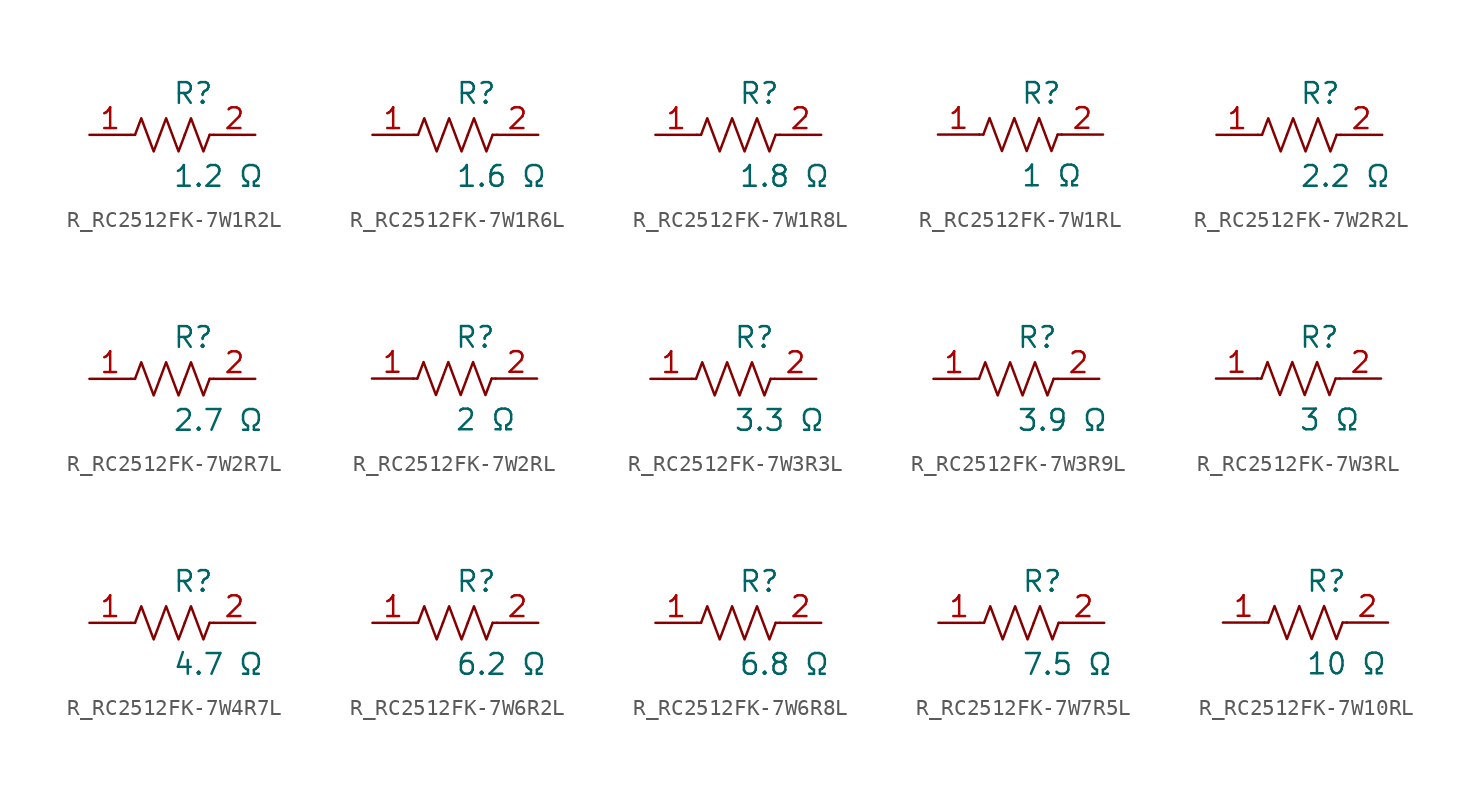
<source format=kicad_sym>
(kicad_symbol_lib
  (version 20231120)
  (generator kicad_symbol_editor)
  (generator_version 8.0)
  (symbol "R_RC2512FK-7W1R2L"
    (pin_names
      (offset 0.254))
    (property "Reference" "R"
      (at 0 2.54 0)
      (effects (font (size 1.27 1.27)) (justify left)))
    (property "Value" "1.2 Ω"
      (at 0 -2.54 0)
      (effects (font (size 1.27 1.27)) (justify left)))
    (symbol "R_RC2512FK-7W1R2L_0_1"
      (polyline (pts (xy 2.286 0) (xy 2.54 0)) (stroke (width 0) (type default)) (fill (type none)))
      (polyline (pts (xy -2.286 0) (xy -2.54 0)) (stroke (width 0) (type default)) (fill (type none)))
      (polyline (pts (xy 0.762 0) (xy 1.143 1.016) (xy 1.524 0) (xy 1.905 -1.016) (xy 2.286 0)) (stroke (width 0) (type default)) (fill (type none)))
      (polyline (pts (xy -0.762 0) (xy -0.381 1.016) (xy 0 0) (xy 0.381 -1.016) (xy 0.762 0)) (stroke (width 0) (type default)) (fill (type none)))
      (polyline (pts (xy -2.286 0) (xy -1.905 1.016) (xy -1.524 0) (xy -1.143 -1.016) (xy -0.762 0)) (stroke (width 0) (type default)) (fill (type none))))
    (pin passive line
      (at -5.08 0 0)
      (length 2.54)
      (name "" (effects (font (size 1.27 1.27))))
      (number "1" (effects (font (size 1.27 1.27)))))
    (pin passive line
      (at 5.08 0 180)
      (length 2.54)
      (name "" (effects (font (size 1.27 1.27))))
      (number "2" (effects (font (size 1.27 1.27))))))
  (symbol "R_RC2512FK-7W1R6L"
    (pin_names
      (offset 0.254))
    (property "Reference" "R"
      (at 0 2.54 0)
      (effects (font (size 1.27 1.27)) (justify left)))
    (property "Value" "1.6 Ω"
      (at 0 -2.54 0)
      (effects (font (size 1.27 1.27)) (justify left)))
    (symbol "R_RC2512FK-7W1R6L_0_1"
      (polyline (pts (xy 2.286 0) (xy 2.54 0)) (stroke (width 0) (type default)) (fill (type none)))
      (polyline (pts (xy -2.286 0) (xy -2.54 0)) (stroke (width 0) (type default)) (fill (type none)))
      (polyline (pts (xy 0.762 0) (xy 1.143 1.016) (xy 1.524 0) (xy 1.905 -1.016) (xy 2.286 0)) (stroke (width 0) (type default)) (fill (type none)))
      (polyline (pts (xy -0.762 0) (xy -0.381 1.016) (xy 0 0) (xy 0.381 -1.016) (xy 0.762 0)) (stroke (width 0) (type default)) (fill (type none)))
      (polyline (pts (xy -2.286 0) (xy -1.905 1.016) (xy -1.524 0) (xy -1.143 -1.016) (xy -0.762 0)) (stroke (width 0) (type default)) (fill (type none))))
    (pin passive line
      (at -5.08 0 0)
      (length 2.54)
      (name "" (effects (font (size 1.27 1.27))))
      (number "1" (effects (font (size 1.27 1.27)))))
    (pin passive line
      (at 5.08 0 180)
      (length 2.54)
      (name "" (effects (font (size 1.27 1.27))))
      (number "2" (effects (font (size 1.27 1.27))))))
  (symbol "R_RC2512FK-7W1R8L"
    (pin_names
      (offset 0.254))
    (property "Reference" "R"
      (at 0 2.54 0)
      (effects (font (size 1.27 1.27)) (justify left)))
    (property "Value" "1.8 Ω"
      (at 0 -2.54 0)
      (effects (font (size 1.27 1.27)) (justify left)))
    (symbol "R_RC2512FK-7W1R8L_0_1"
      (polyline (pts (xy 2.286 0) (xy 2.54 0)) (stroke (width 0) (type default)) (fill (type none)))
      (polyline (pts (xy -2.286 0) (xy -2.54 0)) (stroke (width 0) (type default)) (fill (type none)))
      (polyline (pts (xy 0.762 0) (xy 1.143 1.016) (xy 1.524 0) (xy 1.905 -1.016) (xy 2.286 0)) (stroke (width 0) (type default)) (fill (type none)))
      (polyline (pts (xy -0.762 0) (xy -0.381 1.016) (xy 0 0) (xy 0.381 -1.016) (xy 0.762 0)) (stroke (width 0) (type default)) (fill (type none)))
      (polyline (pts (xy -2.286 0) (xy -1.905 1.016) (xy -1.524 0) (xy -1.143 -1.016) (xy -0.762 0)) (stroke (width 0) (type default)) (fill (type none))))
    (pin passive line
      (at -5.08 0 0)
      (length 2.54)
      (name "" (effects (font (size 1.27 1.27))))
      (number "1" (effects (font (size 1.27 1.27)))))
    (pin passive line
      (at 5.08 0 180)
      (length 2.54)
      (name "" (effects (font (size 1.27 1.27))))
      (number "2" (effects (font (size 1.27 1.27))))))
  (symbol "R_RC2512FK-7W1RL"
    (pin_names
      (offset 0.254))
    (property "Reference" "R"
      (at 0 2.54 0)
      (effects (font (size 1.27 1.27)) (justify left)))
    (property "Value" "1 Ω"
      (at 0 -2.54 0)
      (effects (font (size 1.27 1.27)) (justify left)))
    (symbol "R_RC2512FK-7W1RL_0_1"
      (polyline (pts (xy 2.286 0) (xy 2.54 0)) (stroke (width 0) (type default)) (fill (type none)))
      (polyline (pts (xy -2.286 0) (xy -2.54 0)) (stroke (width 0) (type default)) (fill (type none)))
      (polyline (pts (xy 0.762 0) (xy 1.143 1.016) (xy 1.524 0) (xy 1.905 -1.016) (xy 2.286 0)) (stroke (width 0) (type default)) (fill (type none)))
      (polyline (pts (xy -0.762 0) (xy -0.381 1.016) (xy 0 0) (xy 0.381 -1.016) (xy 0.762 0)) (stroke (width 0) (type default)) (fill (type none)))
      (polyline (pts (xy -2.286 0) (xy -1.905 1.016) (xy -1.524 0) (xy -1.143 -1.016) (xy -0.762 0)) (stroke (width 0) (type default)) (fill (type none))))
    (pin passive line
      (at -5.08 0 0)
      (length 2.54)
      (name "" (effects (font (size 1.27 1.27))))
      (number "1" (effects (font (size 1.27 1.27)))))
    (pin passive line
      (at 5.08 0 180)
      (length 2.54)
      (name "" (effects (font (size 1.27 1.27))))
      (number "2" (effects (font (size 1.27 1.27))))))
  (symbol "R_RC2512FK-7W2R2L"
    (pin_names
      (offset 0.254))
    (property "Reference" "R"
      (at 0 2.54 0)
      (effects (font (size 1.27 1.27)) (justify left)))
    (property "Value" "2.2 Ω"
      (at 0 -2.54 0)
      (effects (font (size 1.27 1.27)) (justify left)))
    (symbol "R_RC2512FK-7W2R2L_0_1"
      (polyline (pts (xy 2.286 0) (xy 2.54 0)) (stroke (width 0) (type default)) (fill (type none)))
      (polyline (pts (xy -2.286 0) (xy -2.54 0)) (stroke (width 0) (type default)) (fill (type none)))
      (polyline (pts (xy 0.762 0) (xy 1.143 1.016) (xy 1.524 0) (xy 1.905 -1.016) (xy 2.286 0)) (stroke (width 0) (type default)) (fill (type none)))
      (polyline (pts (xy -0.762 0) (xy -0.381 1.016) (xy 0 0) (xy 0.381 -1.016) (xy 0.762 0)) (stroke (width 0) (type default)) (fill (type none)))
      (polyline (pts (xy -2.286 0) (xy -1.905 1.016) (xy -1.524 0) (xy -1.143 -1.016) (xy -0.762 0)) (stroke (width 0) (type default)) (fill (type none))))
    (pin passive line
      (at -5.08 0 0)
      (length 2.54)
      (name "" (effects (font (size 1.27 1.27))))
      (number "1" (effects (font (size 1.27 1.27)))))
    (pin passive line
      (at 5.08 0 180)
      (length 2.54)
      (name "" (effects (font (size 1.27 1.27))))
      (number "2" (effects (font (size 1.27 1.27))))))
  (symbol "R_RC2512FK-7W2R7L"
    (pin_names
      (offset 0.254))
    (property "Reference" "R"
      (at 0 2.54 0)
      (effects (font (size 1.27 1.27)) (justify left)))
    (property "Value" "2.7 Ω"
      (at 0 -2.54 0)
      (effects (font (size 1.27 1.27)) (justify left)))
    (symbol "R_RC2512FK-7W2R7L_0_1"
      (polyline (pts (xy 2.286 0) (xy 2.54 0)) (stroke (width 0) (type default)) (fill (type none)))
      (polyline (pts (xy -2.286 0) (xy -2.54 0)) (stroke (width 0) (type default)) (fill (type none)))
      (polyline (pts (xy 0.762 0) (xy 1.143 1.016) (xy 1.524 0) (xy 1.905 -1.016) (xy 2.286 0)) (stroke (width 0) (type default)) (fill (type none)))
      (polyline (pts (xy -0.762 0) (xy -0.381 1.016) (xy 0 0) (xy 0.381 -1.016) (xy 0.762 0)) (stroke (width 0) (type default)) (fill (type none)))
      (polyline (pts (xy -2.286 0) (xy -1.905 1.016) (xy -1.524 0) (xy -1.143 -1.016) (xy -0.762 0)) (stroke (width 0) (type default)) (fill (type none))))
    (pin passive line
      (at -5.08 0 0)
      (length 2.54)
      (name "" (effects (font (size 1.27 1.27))))
      (number "1" (effects (font (size 1.27 1.27)))))
    (pin passive line
      (at 5.08 0 180)
      (length 2.54)
      (name "" (effects (font (size 1.27 1.27))))
      (number "2" (effects (font (size 1.27 1.27))))))
  (symbol "R_RC2512FK-7W2RL"
    (pin_names
      (offset 0.254))
    (property "Reference" "R"
      (at 0 2.54 0)
      (effects (font (size 1.27 1.27)) (justify left)))
    (property "Value" "2 Ω"
      (at 0 -2.54 0)
      (effects (font (size 1.27 1.27)) (justify left)))
    (symbol "R_RC2512FK-7W2RL_0_1"
      (polyline (pts (xy 2.286 0) (xy 2.54 0)) (stroke (width 0) (type default)) (fill (type none)))
      (polyline (pts (xy -2.286 0) (xy -2.54 0)) (stroke (width 0) (type default)) (fill (type none)))
      (polyline (pts (xy 0.762 0) (xy 1.143 1.016) (xy 1.524 0) (xy 1.905 -1.016) (xy 2.286 0)) (stroke (width 0) (type default)) (fill (type none)))
      (polyline (pts (xy -0.762 0) (xy -0.381 1.016) (xy 0 0) (xy 0.381 -1.016) (xy 0.762 0)) (stroke (width 0) (type default)) (fill (type none)))
      (polyline (pts (xy -2.286 0) (xy -1.905 1.016) (xy -1.524 0) (xy -1.143 -1.016) (xy -0.762 0)) (stroke (width 0) (type default)) (fill (type none))))
    (pin passive line
      (at -5.08 0 0)
      (length 2.54)
      (name "" (effects (font (size 1.27 1.27))))
      (number "1" (effects (font (size 1.27 1.27)))))
    (pin passive line
      (at 5.08 0 180)
      (length 2.54)
      (name "" (effects (font (size 1.27 1.27))))
      (number "2" (effects (font (size 1.27 1.27))))))
  (symbol "R_RC2512FK-7W3R3L"
    (pin_names
      (offset 0.254))
    (property "Reference" "R"
      (at 0 2.54 0)
      (effects (font (size 1.27 1.27)) (justify left)))
    (property "Value" "3.3 Ω"
      (at 0 -2.54 0)
      (effects (font (size 1.27 1.27)) (justify left)))
    (symbol "R_RC2512FK-7W3R3L_0_1"
      (polyline (pts (xy 2.286 0) (xy 2.54 0)) (stroke (width 0) (type default)) (fill (type none)))
      (polyline (pts (xy -2.286 0) (xy -2.54 0)) (stroke (width 0) (type default)) (fill (type none)))
      (polyline (pts (xy 0.762 0) (xy 1.143 1.016) (xy 1.524 0) (xy 1.905 -1.016) (xy 2.286 0)) (stroke (width 0) (type default)) (fill (type none)))
      (polyline (pts (xy -0.762 0) (xy -0.381 1.016) (xy 0 0) (xy 0.381 -1.016) (xy 0.762 0)) (stroke (width 0) (type default)) (fill (type none)))
      (polyline (pts (xy -2.286 0) (xy -1.905 1.016) (xy -1.524 0) (xy -1.143 -1.016) (xy -0.762 0)) (stroke (width 0) (type default)) (fill (type none))))
    (pin passive line
      (at -5.08 0 0)
      (length 2.54)
      (name "" (effects (font (size 1.27 1.27))))
      (number "1" (effects (font (size 1.27 1.27)))))
    (pin passive line
      (at 5.08 0 180)
      (length 2.54)
      (name "" (effects (font (size 1.27 1.27))))
      (number "2" (effects (font (size 1.27 1.27))))))
  (symbol "R_RC2512FK-7W3R9L"
    (pin_names
      (offset 0.254))
    (property "Reference" "R"
      (at 0 2.54 0)
      (effects (font (size 1.27 1.27)) (justify left)))
    (property "Value" "3.9 Ω"
      (at 0 -2.54 0)
      (effects (font (size 1.27 1.27)) (justify left)))
    (symbol "R_RC2512FK-7W3R9L_0_1"
      (polyline (pts (xy 2.286 0) (xy 2.54 0)) (stroke (width 0) (type default)) (fill (type none)))
      (polyline (pts (xy -2.286 0) (xy -2.54 0)) (stroke (width 0) (type default)) (fill (type none)))
      (polyline (pts (xy 0.762 0) (xy 1.143 1.016) (xy 1.524 0) (xy 1.905 -1.016) (xy 2.286 0)) (stroke (width 0) (type default)) (fill (type none)))
      (polyline (pts (xy -0.762 0) (xy -0.381 1.016) (xy 0 0) (xy 0.381 -1.016) (xy 0.762 0)) (stroke (width 0) (type default)) (fill (type none)))
      (polyline (pts (xy -2.286 0) (xy -1.905 1.016) (xy -1.524 0) (xy -1.143 -1.016) (xy -0.762 0)) (stroke (width 0) (type default)) (fill (type none))))
    (pin passive line
      (at -5.08 0 0)
      (length 2.54)
      (name "" (effects (font (size 1.27 1.27))))
      (number "1" (effects (font (size 1.27 1.27)))))
    (pin passive line
      (at 5.08 0 180)
      (length 2.54)
      (name "" (effects (font (size 1.27 1.27))))
      (number "2" (effects (font (size 1.27 1.27))))))
  (symbol "R_RC2512FK-7W3RL"
    (pin_names
      (offset 0.254))
    (property "Reference" "R"
      (at 0 2.54 0)
      (effects (font (size 1.27 1.27)) (justify left)))
    (property "Value" "3 Ω"
      (at 0 -2.54 0)
      (effects (font (size 1.27 1.27)) (justify left)))
    (symbol "R_RC2512FK-7W3RL_0_1"
      (polyline (pts (xy 2.286 0) (xy 2.54 0)) (stroke (width 0) (type default)) (fill (type none)))
      (polyline (pts (xy -2.286 0) (xy -2.54 0)) (stroke (width 0) (type default)) (fill (type none)))
      (polyline (pts (xy 0.762 0) (xy 1.143 1.016) (xy 1.524 0) (xy 1.905 -1.016) (xy 2.286 0)) (stroke (width 0) (type default)) (fill (type none)))
      (polyline (pts (xy -0.762 0) (xy -0.381 1.016) (xy 0 0) (xy 0.381 -1.016) (xy 0.762 0)) (stroke (width 0) (type default)) (fill (type none)))
      (polyline (pts (xy -2.286 0) (xy -1.905 1.016) (xy -1.524 0) (xy -1.143 -1.016) (xy -0.762 0)) (stroke (width 0) (type default)) (fill (type none))))
    (pin passive line
      (at -5.08 0 0)
      (length 2.54)
      (name "" (effects (font (size 1.27 1.27))))
      (number "1" (effects (font (size 1.27 1.27)))))
    (pin passive line
      (at 5.08 0 180)
      (length 2.54)
      (name "" (effects (font (size 1.27 1.27))))
      (number "2" (effects (font (size 1.27 1.27))))))
  (symbol "R_RC2512FK-7W4R7L"
    (pin_names
      (offset 0.254))
    (property "Reference" "R"
      (at 0 2.54 0)
      (effects (font (size 1.27 1.27)) (justify left)))
    (property "Value" "4.7 Ω"
      (at 0 -2.54 0)
      (effects (font (size 1.27 1.27)) (justify left)))
    (symbol "R_RC2512FK-7W4R7L_0_1"
      (polyline (pts (xy 2.286 0) (xy 2.54 0)) (stroke (width 0) (type default)) (fill (type none)))
      (polyline (pts (xy -2.286 0) (xy -2.54 0)) (stroke (width 0) (type default)) (fill (type none)))
      (polyline (pts (xy 0.762 0) (xy 1.143 1.016) (xy 1.524 0) (xy 1.905 -1.016) (xy 2.286 0)) (stroke (width 0) (type default)) (fill (type none)))
      (polyline (pts (xy -0.762 0) (xy -0.381 1.016) (xy 0 0) (xy 0.381 -1.016) (xy 0.762 0)) (stroke (width 0) (type default)) (fill (type none)))
      (polyline (pts (xy -2.286 0) (xy -1.905 1.016) (xy -1.524 0) (xy -1.143 -1.016) (xy -0.762 0)) (stroke (width 0) (type default)) (fill (type none))))
    (pin passive line
      (at -5.08 0 0)
      (length 2.54)
      (name "" (effects (font (size 1.27 1.27))))
      (number "1" (effects (font (size 1.27 1.27)))))
    (pin passive line
      (at 5.08 0 180)
      (length 2.54)
      (name "" (effects (font (size 1.27 1.27))))
      (number "2" (effects (font (size 1.27 1.27))))))
  (symbol "R_RC2512FK-7W6R2L"
    (pin_names
      (offset 0.254))
    (property "Reference" "R"
      (at 0 2.54 0)
      (effects (font (size 1.27 1.27)) (justify left)))
    (property "Value" "6.2 Ω"
      (at 0 -2.54 0)
      (effects (font (size 1.27 1.27)) (justify left)))
    (symbol "R_RC2512FK-7W6R2L_0_1"
      (polyline (pts (xy 2.286 0) (xy 2.54 0)) (stroke (width 0) (type default)) (fill (type none)))
      (polyline (pts (xy -2.286 0) (xy -2.54 0)) (stroke (width 0) (type default)) (fill (type none)))
      (polyline (pts (xy 0.762 0) (xy 1.143 1.016) (xy 1.524 0) (xy 1.905 -1.016) (xy 2.286 0)) (stroke (width 0) (type default)) (fill (type none)))
      (polyline (pts (xy -0.762 0) (xy -0.381 1.016) (xy 0 0) (xy 0.381 -1.016) (xy 0.762 0)) (stroke (width 0) (type default)) (fill (type none)))
      (polyline (pts (xy -2.286 0) (xy -1.905 1.016) (xy -1.524 0) (xy -1.143 -1.016) (xy -0.762 0)) (stroke (width 0) (type default)) (fill (type none))))
    (pin passive line
      (at -5.08 0 0)
      (length 2.54)
      (name "" (effects (font (size 1.27 1.27))))
      (number "1" (effects (font (size 1.27 1.27)))))
    (pin passive line
      (at 5.08 0 180)
      (length 2.54)
      (name "" (effects (font (size 1.27 1.27))))
      (number "2" (effects (font (size 1.27 1.27))))))
  (symbol "R_RC2512FK-7W6R8L"
    (pin_names
      (offset 0.254))
    (property "Reference" "R"
      (at 0 2.54 0)
      (effects (font (size 1.27 1.27)) (justify left)))
    (property "Value" "6.8 Ω"
      (at 0 -2.54 0)
      (effects (font (size 1.27 1.27)) (justify left)))
    (symbol "R_RC2512FK-7W6R8L_0_1"
      (polyline (pts (xy 2.286 0) (xy 2.54 0)) (stroke (width 0) (type default)) (fill (type none)))
      (polyline (pts (xy -2.286 0) (xy -2.54 0)) (stroke (width 0) (type default)) (fill (type none)))
      (polyline (pts (xy 0.762 0) (xy 1.143 1.016) (xy 1.524 0) (xy 1.905 -1.016) (xy 2.286 0)) (stroke (width 0) (type default)) (fill (type none)))
      (polyline (pts (xy -0.762 0) (xy -0.381 1.016) (xy 0 0) (xy 0.381 -1.016) (xy 0.762 0)) (stroke (width 0) (type default)) (fill (type none)))
      (polyline (pts (xy -2.286 0) (xy -1.905 1.016) (xy -1.524 0) (xy -1.143 -1.016) (xy -0.762 0)) (stroke (width 0) (type default)) (fill (type none))))
    (pin passive line
      (at -5.08 0 0)
      (length 2.54)
      (name "" (effects (font (size 1.27 1.27))))
      (number "1" (effects (font (size 1.27 1.27)))))
    (pin passive line
      (at 5.08 0 180)
      (length 2.54)
      (name "" (effects (font (size 1.27 1.27))))
      (number "2" (effects (font (size 1.27 1.27))))))
  (symbol "R_RC2512FK-7W7R5L"
    (pin_names
      (offset 0.254))
    (property "Reference" "R"
      (at 0 2.54 0)
      (effects (font (size 1.27 1.27)) (justify left)))
    (property "Value" "7.5 Ω"
      (at 0 -2.54 0)
      (effects (font (size 1.27 1.27)) (justify left)))
    (symbol "R_RC2512FK-7W7R5L_0_1"
      (polyline (pts (xy 2.286 0) (xy 2.54 0)) (stroke (width 0) (type default)) (fill (type none)))
      (polyline (pts (xy -2.286 0) (xy -2.54 0)) (stroke (width 0) (type default)) (fill (type none)))
      (polyline (pts (xy 0.762 0) (xy 1.143 1.016) (xy 1.524 0) (xy 1.905 -1.016) (xy 2.286 0)) (stroke (width 0) (type default)) (fill (type none)))
      (polyline (pts (xy -0.762 0) (xy -0.381 1.016) (xy 0 0) (xy 0.381 -1.016) (xy 0.762 0)) (stroke (width 0) (type default)) (fill (type none)))
      (polyline (pts (xy -2.286 0) (xy -1.905 1.016) (xy -1.524 0) (xy -1.143 -1.016) (xy -0.762 0)) (stroke (width 0) (type default)) (fill (type none))))
    (pin passive line
      (at -5.08 0 0)
      (length 2.54)
      (name "" (effects (font (size 1.27 1.27))))
      (number "1" (effects (font (size 1.27 1.27)))))
    (pin passive line
      (at 5.08 0 180)
      (length 2.54)
      (name "" (effects (font (size 1.27 1.27))))
      (number "2" (effects (font (size 1.27 1.27))))))
  (symbol "R_RC2512FK-7W10RL"
    (pin_names
      (offset 0.254))
    (property "Reference" "R"
      (at 0 2.54 0)
      (effects (font (size 1.27 1.27)) (justify left)))
    (property "Value" "10 Ω"
      (at 0 -2.54 0)
      (effects (font (size 1.27 1.27)) (justify left)))
    (symbol "R_RC2512FK-7W10RL_0_1"
      (polyline (pts (xy 2.286 0) (xy 2.54 0)) (stroke (width 0) (type default)) (fill (type none)))
      (polyline (pts (xy -2.286 0) (xy -2.54 0)) (stroke (width 0) (type default)) (fill (type none)))
      (polyline (pts (xy 0.762 0) (xy 1.143 1.016) (xy 1.524 0) (xy 1.905 -1.016) (xy 2.286 0)) (stroke (width 0) (type default)) (fill (type none)))
      (polyline (pts (xy -0.762 0) (xy -0.381 1.016) (xy 0 0) (xy 0.381 -1.016) (xy 0.762 0)) (stroke (width 0) (type default)) (fill (type none)))
      (polyline (pts (xy -2.286 0) (xy -1.905 1.016) (xy -1.524 0) (xy -1.143 -1.016) (xy -0.762 0)) (stroke (width 0) (type default)) (fill (type none))))
    (pin passive line
      (at -5.08 0 0)
      (length 2.54)
      (name "" (effects (font (size 1.27 1.27))))
      (number "1" (effects (font (size 1.27 1.27)))))
    (pin passive line
      (at 5.08 0 180)
      (length 2.54)
      (name "" (effects (font (size 1.27 1.27))))
      (number "2" (effects (font (size 1.27 1.27)))))))
</source>
